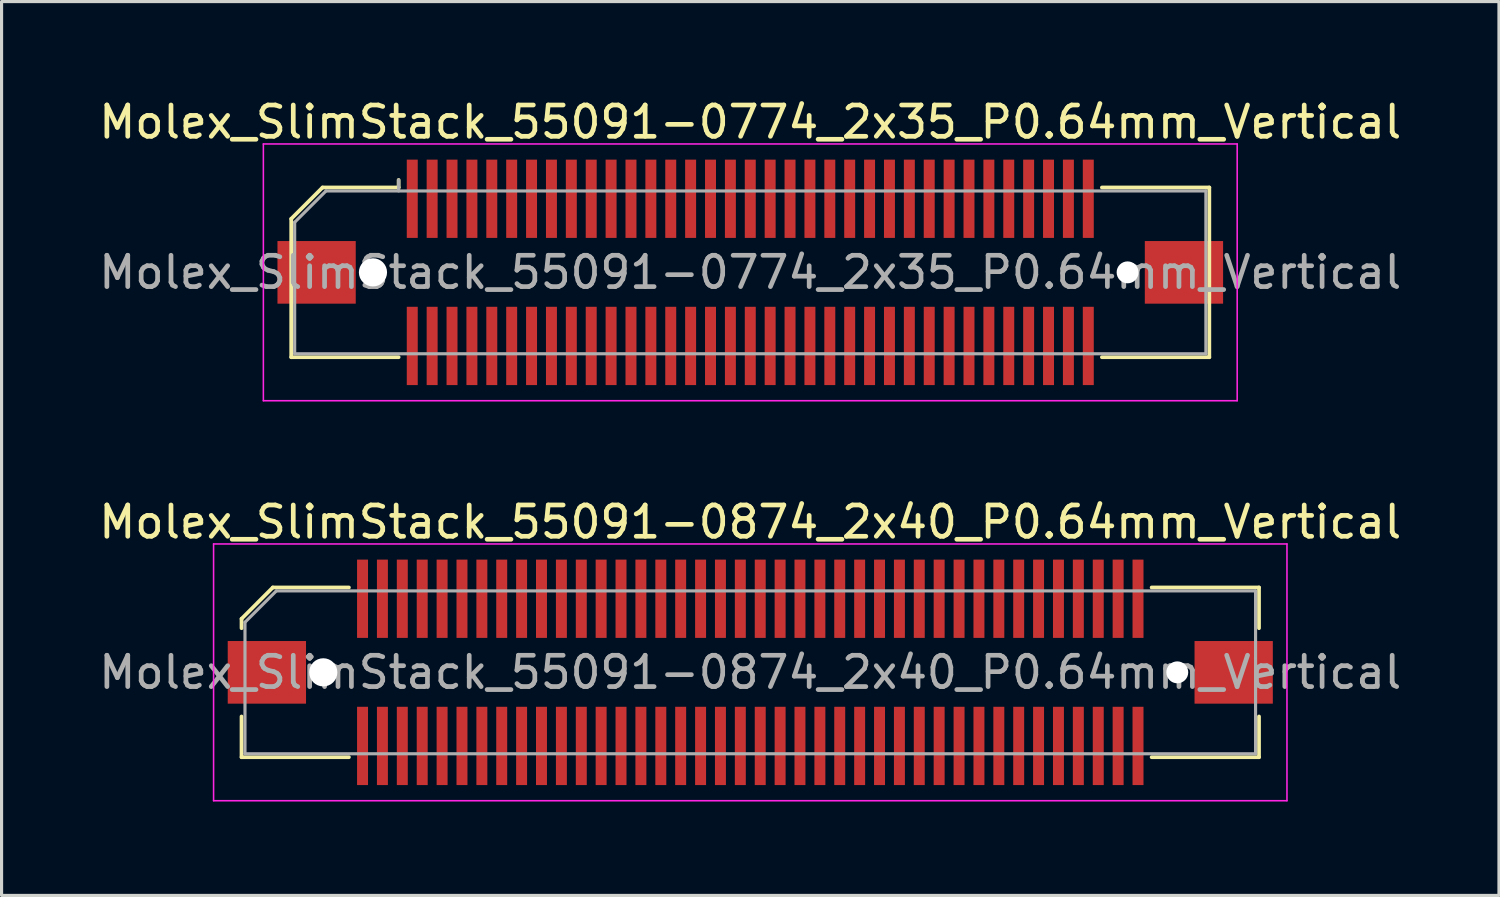
<source format=kicad_pcb>
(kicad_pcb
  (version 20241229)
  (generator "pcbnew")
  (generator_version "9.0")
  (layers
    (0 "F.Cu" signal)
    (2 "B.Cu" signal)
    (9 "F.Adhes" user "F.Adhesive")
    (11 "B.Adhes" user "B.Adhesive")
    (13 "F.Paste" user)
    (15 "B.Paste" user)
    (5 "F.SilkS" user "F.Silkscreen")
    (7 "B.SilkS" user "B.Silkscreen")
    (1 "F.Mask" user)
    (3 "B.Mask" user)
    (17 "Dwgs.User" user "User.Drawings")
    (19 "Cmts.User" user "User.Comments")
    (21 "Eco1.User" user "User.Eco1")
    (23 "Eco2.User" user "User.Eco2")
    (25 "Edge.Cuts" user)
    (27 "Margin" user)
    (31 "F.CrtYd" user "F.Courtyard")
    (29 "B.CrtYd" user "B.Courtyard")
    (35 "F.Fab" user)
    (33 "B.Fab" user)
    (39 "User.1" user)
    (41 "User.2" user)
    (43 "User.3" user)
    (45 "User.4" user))
  (footprint "Molex_SlimStack_55091-0774_2x35_P0.64mm_Vertical"
    (layer "F.Cu")
    (at 20.911 5.648)
    (property "Reference" "Molex_SlimStack_55091-0774_2x35_P0.64mm_Vertical" (at 0 -4.8 0) (layer "F.SilkS") (effects (font (size 1 1) (thickness 0.15))))
    (attr smd)
    (fp_line (start -14.66 -1.71) (end -13.66 -2.71) (stroke (width 0.12) (type solid)) (layer "F.SilkS"))
    (fp_line (start -14.66 2.71) (end -14.66 -1.71) (stroke (width 0.12) (type solid)) (layer "F.SilkS"))
    (fp_line (start -13.66 -2.71) (end -11.23 -2.71) (stroke (width 0.12) (type solid)) (layer "F.SilkS"))
    (fp_line (start -11.23 -2.71) (end -11.23 -2.95) (stroke (width 0.12) (type solid)) (layer "F.SilkS"))
    (fp_line (start -11.23 2.71) (end -14.66 2.71) (stroke (width 0.12) (type solid)) (layer "F.SilkS"))
    (fp_line (start 11.23 2.71) (end 14.66 2.71) (stroke (width 0.12) (type solid)) (layer "F.SilkS"))
    (fp_line (start 14.66 -2.71) (end 11.23 -2.71) (stroke (width 0.12) (type solid)) (layer "F.SilkS"))
    (fp_line (start 14.66 2.71) (end 14.66 -2.71) (stroke (width 0.12) (type solid)) (layer "F.SilkS"))
    (fp_line (start -15.55 -4.1) (end -15.55 4.1) (stroke (width 0.05) (type solid)) (layer "F.CrtYd"))
    (fp_line (start -15.55 4.1) (end 15.55 4.1) (stroke (width 0.05) (type solid)) (layer "F.CrtYd"))
    (fp_line (start 15.55 -4.1) (end -15.55 -4.1) (stroke (width 0.05) (type solid)) (layer "F.CrtYd"))
    (fp_line (start 15.55 4.1) (end 15.55 -4.1) (stroke (width 0.05) (type solid)) (layer "F.CrtYd"))
    (fp_line (start -14.55 -1.6) (end -13.55 -2.6) (stroke (width 0.1) (type solid)) (layer "F.Fab"))
    (fp_line (start -14.55 2.6) (end -14.55 -1.6) (stroke (width 0.1) (type solid)) (layer "F.Fab"))
    (fp_line (start -13.55 -2.6) (end 14.55 -2.6) (stroke (width 0.1) (type solid)) (layer "F.Fab"))
    (fp_line (start -11.23 -2.6) (end -11.23 -2.95) (stroke (width 0.1) (type solid)) (layer "F.Fab"))
    (fp_line (start 14.55 -2.6) (end 14.55 2.6) (stroke (width 0.1) (type solid)) (layer "F.Fab"))
    (fp_line (start 14.55 2.6) (end -14.55 2.6) (stroke (width 0.1) (type solid)) (layer "F.Fab"))
    (fp_text user "${REFERENCE}" (at 0 0 0) (layer "F.Fab") (effects (font (size 1 1) (thickness 0.15))))
    (pad "" smd rect (at -13.85 0) (size 2.5 2) (layers "F.Cu" "F.Mask" "F.Paste"))
    (pad "" np_thru_hole circle (at -12.05 0) (size 0.9 0.9) (drill 0.9) (layers "*.Cu" "*.Mask"))
    (pad "" np_thru_hole circle (at 12.05 0) (size 0.7 0.7) (drill 0.7) (layers "*.Cu" "*.Mask"))
    (pad "" smd rect (at 13.85 0) (size 2.5 2) (layers "F.Cu" "F.Mask" "F.Paste"))
    (pad "1" smd rect (at -10.795 -2.35) (size 0.35 2.5) (layers "F.Cu" "F.Mask" "F.Paste"))
    (pad "2" smd rect (at -10.795 2.35) (size 0.35 2.5) (layers "F.Cu" "F.Mask" "F.Paste"))
    (pad "3" smd rect (at -10.16 -2.35) (size 0.35 2.5) (layers "F.Cu" "F.Mask" "F.Paste"))
    (pad "4" smd rect (at -10.16 2.35) (size 0.35 2.5) (layers "F.Cu" "F.Mask" "F.Paste"))
    (pad "5" smd rect (at -9.525 -2.35) (size 0.35 2.5) (layers "F.Cu" "F.Mask" "F.Paste"))
    (pad "6" smd rect (at -9.525 2.35) (size 0.35 2.5) (layers "F.Cu" "F.Mask" "F.Paste"))
    (pad "7" smd rect (at -8.89 -2.35) (size 0.35 2.5) (layers "F.Cu" "F.Mask" "F.Paste"))
    (pad "8" smd rect (at -8.89 2.35) (size 0.35 2.5) (layers "F.Cu" "F.Mask" "F.Paste"))
    (pad "9" smd rect (at -8.255 -2.35) (size 0.35 2.5) (layers "F.Cu" "F.Mask" "F.Paste"))
    (pad "10" smd rect (at -8.255 2.35) (size 0.35 2.5) (layers "F.Cu" "F.Mask" "F.Paste"))
    (pad "11" smd rect (at -7.62 -2.35) (size 0.35 2.5) (layers "F.Cu" "F.Mask" "F.Paste"))
    (pad "12" smd rect (at -7.62 2.35) (size 0.35 2.5) (layers "F.Cu" "F.Mask" "F.Paste"))
    (pad "13" smd rect (at -6.985 -2.35) (size 0.35 2.5) (layers "F.Cu" "F.Mask" "F.Paste"))
    (pad "14" smd rect (at -6.985 2.35) (size 0.35 2.5) (layers "F.Cu" "F.Mask" "F.Paste"))
    (pad "15" smd rect (at -6.35 -2.35) (size 0.35 2.5) (layers "F.Cu" "F.Mask" "F.Paste"))
    (pad "16" smd rect (at -6.35 2.35) (size 0.35 2.5) (layers "F.Cu" "F.Mask" "F.Paste"))
    (pad "17" smd rect (at -5.715 -2.35) (size 0.35 2.5) (layers "F.Cu" "F.Mask" "F.Paste"))
    (pad "18" smd rect (at -5.715 2.35) (size 0.35 2.5) (layers "F.Cu" "F.Mask" "F.Paste"))
    (pad "19" smd rect (at -5.08 -2.35) (size 0.35 2.5) (layers "F.Cu" "F.Mask" "F.Paste"))
    (pad "20" smd rect (at -5.08 2.35) (size 0.35 2.5) (layers "F.Cu" "F.Mask" "F.Paste"))
    (pad "21" smd rect (at -4.445 -2.35) (size 0.35 2.5) (layers "F.Cu" "F.Mask" "F.Paste"))
    (pad "22" smd rect (at -4.445 2.35) (size 0.35 2.5) (layers "F.Cu" "F.Mask" "F.Paste"))
    (pad "23" smd rect (at -3.81 -2.35) (size 0.35 2.5) (layers "F.Cu" "F.Mask" "F.Paste"))
    (pad "24" smd rect (at -3.81 2.35) (size 0.35 2.5) (layers "F.Cu" "F.Mask" "F.Paste"))
    (pad "25" smd rect (at -3.175 -2.35) (size 0.35 2.5) (layers "F.Cu" "F.Mask" "F.Paste"))
    (pad "26" smd rect (at -3.175 2.35) (size 0.35 2.5) (layers "F.Cu" "F.Mask" "F.Paste"))
    (pad "27" smd rect (at -2.54 -2.35) (size 0.35 2.5) (layers "F.Cu" "F.Mask" "F.Paste"))
    (pad "28" smd rect (at -2.54 2.35) (size 0.35 2.5) (layers "F.Cu" "F.Mask" "F.Paste"))
    (pad "29" smd rect (at -1.905 -2.35) (size 0.35 2.5) (layers "F.Cu" "F.Mask" "F.Paste"))
    (pad "30" smd rect (at -1.905 2.35) (size 0.35 2.5) (layers "F.Cu" "F.Mask" "F.Paste"))
    (pad "31" smd rect (at -1.27 -2.35) (size 0.35 2.5) (layers "F.Cu" "F.Mask" "F.Paste"))
    (pad "32" smd rect (at -1.27 2.35) (size 0.35 2.5) (layers "F.Cu" "F.Mask" "F.Paste"))
    (pad "33" smd rect (at -0.635 -2.35) (size 0.35 2.5) (layers "F.Cu" "F.Mask" "F.Paste"))
    (pad "34" smd rect (at -0.635 2.35) (size 0.35 2.5) (layers "F.Cu" "F.Mask" "F.Paste"))
    (pad "35" smd rect (at 0 -2.35) (size 0.35 2.5) (layers "F.Cu" "F.Mask" "F.Paste"))
    (pad "36" smd rect (at 0 2.35) (size 0.35 2.5) (layers "F.Cu" "F.Mask" "F.Paste"))
    (pad "37" smd rect (at 0.635 -2.35) (size 0.35 2.5) (layers "F.Cu" "F.Mask" "F.Paste"))
    (pad "38" smd rect (at 0.635 2.35) (size 0.35 2.5) (layers "F.Cu" "F.Mask" "F.Paste"))
    (pad "39" smd rect (at 1.27 -2.35) (size 0.35 2.5) (layers "F.Cu" "F.Mask" "F.Paste"))
    (pad "40" smd rect (at 1.27 2.35) (size 0.35 2.5) (layers "F.Cu" "F.Mask" "F.Paste"))
    (pad "41" smd rect (at 1.905 -2.35) (size 0.35 2.5) (layers "F.Cu" "F.Mask" "F.Paste"))
    (pad "42" smd rect (at 1.905 2.35) (size 0.35 2.5) (layers "F.Cu" "F.Mask" "F.Paste"))
    (pad "43" smd rect (at 2.54 -2.35) (size 0.35 2.5) (layers "F.Cu" "F.Mask" "F.Paste"))
    (pad "44" smd rect (at 2.54 2.35) (size 0.35 2.5) (layers "F.Cu" "F.Mask" "F.Paste"))
    (pad "45" smd rect (at 3.175 -2.35) (size 0.35 2.5) (layers "F.Cu" "F.Mask" "F.Paste"))
    (pad "46" smd rect (at 3.175 2.35) (size 0.35 2.5) (layers "F.Cu" "F.Mask" "F.Paste"))
    (pad "47" smd rect (at 3.81 -2.35) (size 0.35 2.5) (layers "F.Cu" "F.Mask" "F.Paste"))
    (pad "48" smd rect (at 3.81 2.35) (size 0.35 2.5) (layers "F.Cu" "F.Mask" "F.Paste"))
    (pad "49" smd rect (at 4.445 -2.35) (size 0.35 2.5) (layers "F.Cu" "F.Mask" "F.Paste"))
    (pad "50" smd rect (at 4.445 2.35) (size 0.35 2.5) (layers "F.Cu" "F.Mask" "F.Paste"))
    (pad "51" smd rect (at 5.08 -2.35) (size 0.35 2.5) (layers "F.Cu" "F.Mask" "F.Paste"))
    (pad "52" smd rect (at 5.08 2.35) (size 0.35 2.5) (layers "F.Cu" "F.Mask" "F.Paste"))
    (pad "53" smd rect (at 5.715 -2.35) (size 0.35 2.5) (layers "F.Cu" "F.Mask" "F.Paste"))
    (pad "54" smd rect (at 5.715 2.35) (size 0.35 2.5) (layers "F.Cu" "F.Mask" "F.Paste"))
    (pad "55" smd rect (at 6.35 -2.35) (size 0.35 2.5) (layers "F.Cu" "F.Mask" "F.Paste"))
    (pad "56" smd rect (at 6.35 2.35) (size 0.35 2.5) (layers "F.Cu" "F.Mask" "F.Paste"))
    (pad "57" smd rect (at 6.985 -2.35) (size 0.35 2.5) (layers "F.Cu" "F.Mask" "F.Paste"))
    (pad "58" smd rect (at 6.985 2.35) (size 0.35 2.5) (layers "F.Cu" "F.Mask" "F.Paste"))
    (pad "59" smd rect (at 7.62 -2.35) (size 0.35 2.5) (layers "F.Cu" "F.Mask" "F.Paste"))
    (pad "60" smd rect (at 7.62 2.35) (size 0.35 2.5) (layers "F.Cu" "F.Mask" "F.Paste"))
    (pad "61" smd rect (at 8.255 -2.35) (size 0.35 2.5) (layers "F.Cu" "F.Mask" "F.Paste"))
    (pad "62" smd rect (at 8.255 2.35) (size 0.35 2.5) (layers "F.Cu" "F.Mask" "F.Paste"))
    (pad "63" smd rect (at 8.89 -2.35) (size 0.35 2.5) (layers "F.Cu" "F.Mask" "F.Paste"))
    (pad "64" smd rect (at 8.89 2.35) (size 0.35 2.5) (layers "F.Cu" "F.Mask" "F.Paste"))
    (pad "65" smd rect (at 9.525 -2.35) (size 0.35 2.5) (layers "F.Cu" "F.Mask" "F.Paste"))
    (pad "66" smd rect (at 9.525 2.35) (size 0.35 2.5) (layers "F.Cu" "F.Mask" "F.Paste"))
    (pad "67" smd rect (at 10.16 -2.35) (size 0.35 2.5) (layers "F.Cu" "F.Mask" "F.Paste"))
    (pad "68" smd rect (at 10.16 2.35) (size 0.35 2.5) (layers "F.Cu" "F.Mask" "F.Paste"))
    (pad "69" smd rect (at 10.795 -2.35) (size 0.35 2.5) (layers "F.Cu" "F.Mask" "F.Paste"))
    (pad "70" smd rect (at 10.795 2.35) (size 0.35 2.5) (layers "F.Cu" "F.Mask" "F.Paste")))
  (footprint "Molex_SlimStack_55091-0874_2x40_P0.64mm_Vertical"
    (layer "F.Cu")
    (at 20.911 18.422)
    (property "Reference" "Molex_SlimStack_55091-0874_2x40_P0.64mm_Vertical" (at 0 -4.8 0) (layer "F.SilkS") (effects (font (size 1 1) (thickness 0.15))))
    (attr smd)
    (fp_line (start -16.247 -1.71) (end -15.248 -2.71) (stroke (width 0.12) (type solid)) (layer "F.SilkS"))
    (fp_line (start -16.247 -1.41) (end -16.247 -1.71) (stroke (width 0.12) (type solid)) (layer "F.SilkS"))
    (fp_line (start -16.247 2.71) (end -16.247 1.41) (stroke (width 0.12) (type solid)) (layer "F.SilkS"))
    (fp_line (start -15.248 -2.71) (end -12.818 -2.71) (stroke (width 0.12) (type solid)) (layer "F.SilkS"))
    (fp_line (start -12.818 2.71) (end -16.247 2.71) (stroke (width 0.12) (type solid)) (layer "F.SilkS"))
    (fp_line (start 12.818 2.71) (end 16.247 2.71) (stroke (width 0.12) (type solid)) (layer "F.SilkS"))
    (fp_line (start 16.247 -2.71) (end 12.818 -2.71) (stroke (width 0.12) (type solid)) (layer "F.SilkS"))
    (fp_line (start 16.247 -1.41) (end 16.247 -2.71) (stroke (width 0.12) (type solid)) (layer "F.SilkS"))
    (fp_line (start 16.247 2.71) (end 16.247 1.41) (stroke (width 0.12) (type solid)) (layer "F.SilkS"))
    (fp_line (start -17.14 -4.1) (end -17.14 4.1) (stroke (width 0.05) (type solid)) (layer "F.CrtYd"))
    (fp_line (start -17.14 4.1) (end 17.14 4.1) (stroke (width 0.05) (type solid)) (layer "F.CrtYd"))
    (fp_line (start 17.14 -4.1) (end -17.14 -4.1) (stroke (width 0.05) (type solid)) (layer "F.CrtYd"))
    (fp_line (start 17.14 4.1) (end 17.14 -4.1) (stroke (width 0.05) (type solid)) (layer "F.CrtYd"))
    (fp_line (start -16.137 -1.6) (end -15.137 -2.6) (stroke (width 0.1) (type solid)) (layer "F.Fab"))
    (fp_line (start -16.137 2.6) (end -16.137 -1.6) (stroke (width 0.1) (type solid)) (layer "F.Fab"))
    (fp_line (start -15.137 -2.6) (end 16.137 -2.6) (stroke (width 0.1) (type solid)) (layer "F.Fab"))
    (fp_line (start 16.137 -2.6) (end 16.137 2.6) (stroke (width 0.1) (type solid)) (layer "F.Fab"))
    (fp_line (start 16.137 2.6) (end -16.137 2.6) (stroke (width 0.1) (type solid)) (layer "F.Fab"))
    (fp_text user "${REFERENCE}" (at 0 0 0) (layer "F.Fab") (effects (font (size 1 1) (thickness 0.15))))
    (pad "" np_thru_hole circle (at -13.637 0) (size 0.9 0.9) (drill 0.9) (layers "*.Cu" "*.Mask"))
    (pad "" np_thru_hole circle (at 13.637 0) (size 0.7 0.7) (drill 0.7) (layers "*.Cu" "*.Mask"))
    (pad "1" smd rect (at -12.383 -2.35) (size 0.35 2.5) (layers "F.Cu" "F.Mask" "F.Paste"))
    (pad "2" smd rect (at -12.383 2.35) (size 0.35 2.5) (layers "F.Cu" "F.Mask" "F.Paste"))
    (pad "3" smd rect (at -11.748 -2.35) (size 0.35 2.5) (layers "F.Cu" "F.Mask" "F.Paste"))
    (pad "4" smd rect (at -11.748 2.35) (size 0.35 2.5) (layers "F.Cu" "F.Mask" "F.Paste"))
    (pad "5" smd rect (at -11.113 -2.35) (size 0.35 2.5) (layers "F.Cu" "F.Mask" "F.Paste"))
    (pad "6" smd rect (at -11.113 2.35) (size 0.35 2.5) (layers "F.Cu" "F.Mask" "F.Paste"))
    (pad "7" smd rect (at -10.477 -2.35) (size 0.35 2.5) (layers "F.Cu" "F.Mask" "F.Paste"))
    (pad "8" smd rect (at -10.477 2.35) (size 0.35 2.5) (layers "F.Cu" "F.Mask" "F.Paste"))
    (pad "9" smd rect (at -9.842 -2.35) (size 0.35 2.5) (layers "F.Cu" "F.Mask" "F.Paste"))
    (pad "10" smd rect (at -9.842 2.35) (size 0.35 2.5) (layers "F.Cu" "F.Mask" "F.Paste"))
    (pad "11" smd rect (at -9.207 -2.35) (size 0.35 2.5) (layers "F.Cu" "F.Mask" "F.Paste"))
    (pad "12" smd rect (at -9.207 2.35) (size 0.35 2.5) (layers "F.Cu" "F.Mask" "F.Paste"))
    (pad "13" smd rect (at -8.572 -2.35) (size 0.35 2.5) (layers "F.Cu" "F.Mask" "F.Paste"))
    (pad "14" smd rect (at -8.572 2.35) (size 0.35 2.5) (layers "F.Cu" "F.Mask" "F.Paste"))
    (pad "15" smd rect (at -7.938 -2.35) (size 0.35 2.5) (layers "F.Cu" "F.Mask" "F.Paste"))
    (pad "16" smd rect (at -7.938 2.35) (size 0.35 2.5) (layers "F.Cu" "F.Mask" "F.Paste"))
    (pad "17" smd rect (at -7.303 -2.35) (size 0.35 2.5) (layers "F.Cu" "F.Mask" "F.Paste"))
    (pad "18" smd rect (at -7.303 2.35) (size 0.35 2.5) (layers "F.Cu" "F.Mask" "F.Paste"))
    (pad "19" smd rect (at -6.668 -2.35) (size 0.35 2.5) (layers "F.Cu" "F.Mask" "F.Paste"))
    (pad "20" smd rect (at -6.668 2.35) (size 0.35 2.5) (layers "F.Cu" "F.Mask" "F.Paste"))
    (pad "21" smd rect (at -6.032 -2.35) (size 0.35 2.5) (layers "F.Cu" "F.Mask" "F.Paste"))
    (pad "22" smd rect (at -6.032 2.35) (size 0.35 2.5) (layers "F.Cu" "F.Mask" "F.Paste"))
    (pad "23" smd rect (at -5.397 -2.35) (size 0.35 2.5) (layers "F.Cu" "F.Mask" "F.Paste"))
    (pad "24" smd rect (at -5.397 2.35) (size 0.35 2.5) (layers "F.Cu" "F.Mask" "F.Paste"))
    (pad "25" smd rect (at -4.763 -2.35) (size 0.35 2.5) (layers "F.Cu" "F.Mask" "F.Paste"))
    (pad "26" smd rect (at -4.763 2.35) (size 0.35 2.5) (layers "F.Cu" "F.Mask" "F.Paste"))
    (pad "27" smd rect (at -4.128 -2.35) (size 0.35 2.5) (layers "F.Cu" "F.Mask" "F.Paste"))
    (pad "28" smd rect (at -4.128 2.35) (size 0.35 2.5) (layers "F.Cu" "F.Mask" "F.Paste"))
    (pad "29" smd rect (at -3.493 -2.35) (size 0.35 2.5) (layers "F.Cu" "F.Mask" "F.Paste"))
    (pad "30" smd rect (at -3.493 2.35) (size 0.35 2.5) (layers "F.Cu" "F.Mask" "F.Paste"))
    (pad "31" smd rect (at -2.857 -2.35) (size 0.35 2.5) (layers "F.Cu" "F.Mask" "F.Paste"))
    (pad "32" smd rect (at -2.857 2.35) (size 0.35 2.5) (layers "F.Cu" "F.Mask" "F.Paste"))
    (pad "33" smd rect (at -2.223 -2.35) (size 0.35 2.5) (layers "F.Cu" "F.Mask" "F.Paste"))
    (pad "34" smd rect (at -2.223 2.35) (size 0.35 2.5) (layers "F.Cu" "F.Mask" "F.Paste"))
    (pad "35" smd rect (at -1.587 -2.35) (size 0.35 2.5) (layers "F.Cu" "F.Mask" "F.Paste"))
    (pad "36" smd rect (at -1.587 2.35) (size 0.35 2.5) (layers "F.Cu" "F.Mask" "F.Paste"))
    (pad "37" smd rect (at -0.953 -2.35) (size 0.35 2.5) (layers "F.Cu" "F.Mask" "F.Paste"))
    (pad "38" smd rect (at -0.953 2.35) (size 0.35 2.5) (layers "F.Cu" "F.Mask" "F.Paste"))
    (pad "39" smd rect (at -0.318 -2.35) (size 0.35 2.5) (layers "F.Cu" "F.Mask" "F.Paste"))
    (pad "40" smd rect (at -0.318 2.35) (size 0.35 2.5) (layers "F.Cu" "F.Mask" "F.Paste"))
    (pad "41" smd rect (at 0.318 -2.35) (size 0.35 2.5) (layers "F.Cu" "F.Mask" "F.Paste"))
    (pad "42" smd rect (at 0.318 2.35) (size 0.35 2.5) (layers "F.Cu" "F.Mask" "F.Paste"))
    (pad "43" smd rect (at 0.953 -2.35) (size 0.35 2.5) (layers "F.Cu" "F.Mask" "F.Paste"))
    (pad "44" smd rect (at 0.953 2.35) (size 0.35 2.5) (layers "F.Cu" "F.Mask" "F.Paste"))
    (pad "45" smd rect (at 1.587 -2.35) (size 0.35 2.5) (layers "F.Cu" "F.Mask" "F.Paste"))
    (pad "46" smd rect (at 1.587 2.35) (size 0.35 2.5) (layers "F.Cu" "F.Mask" "F.Paste"))
    (pad "47" smd rect (at 2.223 -2.35) (size 0.35 2.5) (layers "F.Cu" "F.Mask" "F.Paste"))
    (pad "48" smd rect (at 2.223 2.35) (size 0.35 2.5) (layers "F.Cu" "F.Mask" "F.Paste"))
    (pad "49" smd rect (at 2.857 -2.35) (size 0.35 2.5) (layers "F.Cu" "F.Mask" "F.Paste"))
    (pad "50" smd rect (at 2.857 2.35) (size 0.35 2.5) (layers "F.Cu" "F.Mask" "F.Paste"))
    (pad "51" smd rect (at 3.493 -2.35) (size 0.35 2.5) (layers "F.Cu" "F.Mask" "F.Paste"))
    (pad "52" smd rect (at 3.493 2.35) (size 0.35 2.5) (layers "F.Cu" "F.Mask" "F.Paste"))
    (pad "53" smd rect (at 4.128 -2.35) (size 0.35 2.5) (layers "F.Cu" "F.Mask" "F.Paste"))
    (pad "54" smd rect (at 4.128 2.35) (size 0.35 2.5) (layers "F.Cu" "F.Mask" "F.Paste"))
    (pad "55" smd rect (at 4.763 -2.35) (size 0.35 2.5) (layers "F.Cu" "F.Mask" "F.Paste"))
    (pad "56" smd rect (at 4.763 2.35) (size 0.35 2.5) (layers "F.Cu" "F.Mask" "F.Paste"))
    (pad "57" smd rect (at 5.397 -2.35) (size 0.35 2.5) (layers "F.Cu" "F.Mask" "F.Paste"))
    (pad "58" smd rect (at 5.397 2.35) (size 0.35 2.5) (layers "F.Cu" "F.Mask" "F.Paste"))
    (pad "59" smd rect (at 6.032 -2.35) (size 0.35 2.5) (layers "F.Cu" "F.Mask" "F.Paste"))
    (pad "60" smd rect (at 6.032 2.35) (size 0.35 2.5) (layers "F.Cu" "F.Mask" "F.Paste"))
    (pad "61" smd rect (at 6.668 -2.35) (size 0.35 2.5) (layers "F.Cu" "F.Mask" "F.Paste"))
    (pad "62" smd rect (at 6.668 2.35) (size 0.35 2.5) (layers "F.Cu" "F.Mask" "F.Paste"))
    (pad "63" smd rect (at 7.303 -2.35) (size 0.35 2.5) (layers "F.Cu" "F.Mask" "F.Paste"))
    (pad "64" smd rect (at 7.303 2.35) (size 0.35 2.5) (layers "F.Cu" "F.Mask" "F.Paste"))
    (pad "65" smd rect (at 7.938 -2.35) (size 0.35 2.5) (layers "F.Cu" "F.Mask" "F.Paste"))
    (pad "66" smd rect (at 7.938 2.35) (size 0.35 2.5) (layers "F.Cu" "F.Mask" "F.Paste"))
    (pad "67" smd rect (at 8.572 -2.35) (size 0.35 2.5) (layers "F.Cu" "F.Mask" "F.Paste"))
    (pad "68" smd rect (at 8.572 2.35) (size 0.35 2.5) (layers "F.Cu" "F.Mask" "F.Paste"))
    (pad "69" smd rect (at 9.207 -2.35) (size 0.35 2.5) (layers "F.Cu" "F.Mask" "F.Paste"))
    (pad "70" smd rect (at 9.207 2.35) (size 0.35 2.5) (layers "F.Cu" "F.Mask" "F.Paste"))
    (pad "71" smd rect (at 9.842 -2.35) (size 0.35 2.5) (layers "F.Cu" "F.Mask" "F.Paste"))
    (pad "72" smd rect (at 9.842 2.35) (size 0.35 2.5) (layers "F.Cu" "F.Mask" "F.Paste"))
    (pad "73" smd rect (at 10.477 -2.35) (size 0.35 2.5) (layers "F.Cu" "F.Mask" "F.Paste"))
    (pad "74" smd rect (at 10.477 2.35) (size 0.35 2.5) (layers "F.Cu" "F.Mask" "F.Paste"))
    (pad "75" smd rect (at 11.113 -2.35) (size 0.35 2.5) (layers "F.Cu" "F.Mask" "F.Paste"))
    (pad "76" smd rect (at 11.113 2.35) (size 0.35 2.5) (layers "F.Cu" "F.Mask" "F.Paste"))
    (pad "77" smd rect (at 11.748 -2.35) (size 0.35 2.5) (layers "F.Cu" "F.Mask" "F.Paste"))
    (pad "78" smd rect (at 11.748 2.35) (size 0.35 2.5) (layers "F.Cu" "F.Mask" "F.Paste"))
    (pad "79" smd rect (at 12.383 -2.35) (size 0.35 2.5) (layers "F.Cu" "F.Mask" "F.Paste"))
    (pad "80" smd rect (at 12.383 2.35) (size 0.35 2.5) (layers "F.Cu" "F.Mask" "F.Paste"))
    (pad "MP" smd rect (at -15.438 0) (size 2.5 2) (layers "F.Cu" "F.Mask" "F.Paste"))
    (pad "MP" smd rect (at 15.438 0) (size 2.5 2) (layers "F.Cu" "F.Mask" "F.Paste")))
  (gr_rect
    (start -3 -3)
    (end 44.821 25.547)
    (stroke (width 0.1) (type default))
    (fill no)
    (layer "Edge.Cuts")))
</source>
